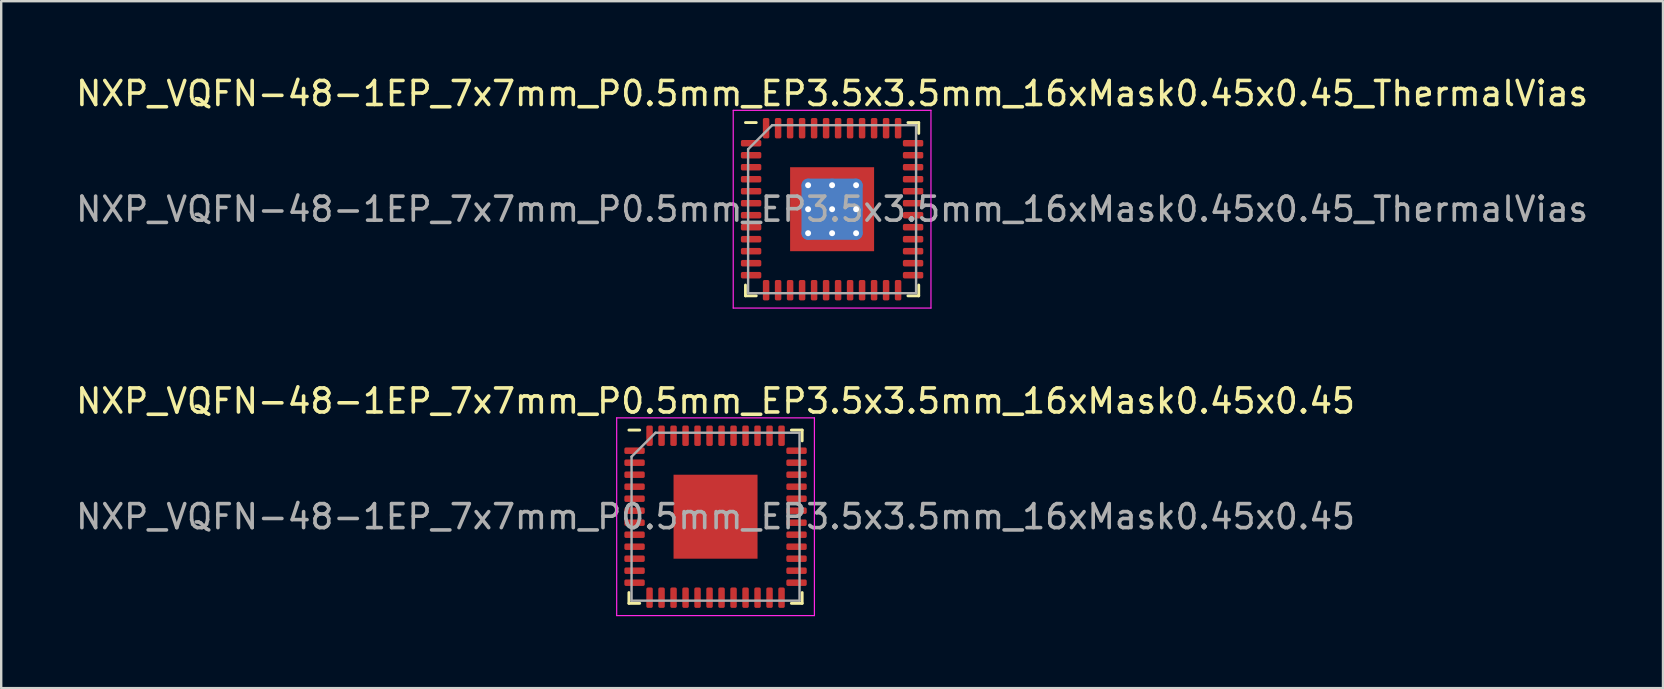
<source format=kicad_pcb>
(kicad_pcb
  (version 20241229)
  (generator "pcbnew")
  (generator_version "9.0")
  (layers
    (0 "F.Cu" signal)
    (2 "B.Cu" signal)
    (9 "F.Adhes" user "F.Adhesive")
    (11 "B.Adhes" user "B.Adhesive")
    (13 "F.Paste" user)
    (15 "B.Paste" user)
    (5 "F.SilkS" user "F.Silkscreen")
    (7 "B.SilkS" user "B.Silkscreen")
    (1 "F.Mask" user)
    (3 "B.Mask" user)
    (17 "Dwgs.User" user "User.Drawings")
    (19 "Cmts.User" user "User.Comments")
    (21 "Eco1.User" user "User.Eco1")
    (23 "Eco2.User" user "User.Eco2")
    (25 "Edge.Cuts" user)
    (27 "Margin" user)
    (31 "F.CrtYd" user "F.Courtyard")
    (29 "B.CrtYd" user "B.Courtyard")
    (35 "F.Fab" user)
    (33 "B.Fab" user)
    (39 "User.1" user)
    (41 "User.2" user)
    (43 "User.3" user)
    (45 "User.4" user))
  (footprint "NXP_VQFN-48-1EP_7x7mm_P0.5mm_EP3.5x3.5mm_16xMask0.45x0.45_ThermalVias"
    (layer "F.Cu")
    (at 31.625 5.668)
    (property "Reference" "NXP_VQFN-48-1EP_7x7mm_P0.5mm_EP3.5x3.5mm_16xMask0.45x0.45_ThermalVias" (at 0 -4.82 0) (layer "F.SilkS") (effects (font (size 1 1) (thickness 0.15))))
    (attr smd)
    (fp_line (start -3.61 3.61) (end -3.61 3.16) (stroke (width 0.12) (type solid)) (layer "F.SilkS"))
    (fp_line (start -3.16 -3.61) (end -3.61 -3.61) (stroke (width 0.12) (type solid)) (layer "F.SilkS"))
    (fp_line (start -3.16 3.61) (end -3.61 3.61) (stroke (width 0.12) (type solid)) (layer "F.SilkS"))
    (fp_line (start 3.16 -3.61) (end 3.61 -3.61) (stroke (width 0.12) (type solid)) (layer "F.SilkS"))
    (fp_line (start 3.16 3.61) (end 3.61 3.61) (stroke (width 0.12) (type solid)) (layer "F.SilkS"))
    (fp_line (start 3.61 -3.61) (end 3.61 -3.16) (stroke (width 0.12) (type solid)) (layer "F.SilkS"))
    (fp_line (start 3.61 3.61) (end 3.61 3.16) (stroke (width 0.12) (type solid)) (layer "F.SilkS"))
    (fp_line (start -4.12 -4.12) (end -4.12 4.12) (stroke (width 0.05) (type solid)) (layer "F.CrtYd"))
    (fp_line (start -4.12 4.12) (end 4.12 4.12) (stroke (width 0.05) (type solid)) (layer "F.CrtYd"))
    (fp_line (start 4.12 -4.12) (end -4.12 -4.12) (stroke (width 0.05) (type solid)) (layer "F.CrtYd"))
    (fp_line (start 4.12 4.12) (end 4.12 -4.12) (stroke (width 0.05) (type solid)) (layer "F.CrtYd"))
    (fp_line (start -3.5 -2.5) (end -2.5 -3.5) (stroke (width 0.1) (type solid)) (layer "F.Fab"))
    (fp_line (start -3.5 3.5) (end -3.5 -2.5) (stroke (width 0.1) (type solid)) (layer "F.Fab"))
    (fp_line (start -2.5 -3.5) (end 3.5 -3.5) (stroke (width 0.1) (type solid)) (layer "F.Fab"))
    (fp_line (start 3.5 -3.5) (end 3.5 3.5) (stroke (width 0.1) (type solid)) (layer "F.Fab"))
    (fp_line (start 3.5 3.5) (end -3.5 3.5) (stroke (width 0.1) (type solid)) (layer "F.Fab"))
    (fp_text user "${REFERENCE}" (at 0 0 0) (layer "F.Fab") (effects (font (size 1 1) (thickness 0.15))))
    (pad "" smd rect (at -1.5 -1.5) (size 0.45 0.45) (layers "F.Mask" "F.Paste"))
    (pad "" smd rect (at -1.5 -0.5) (size 0.45 0.45) (layers "F.Mask" "F.Paste"))
    (pad "" smd rect (at -1.5 0.5) (size 0.45 0.45) (layers "F.Mask" "F.Paste"))
    (pad "" smd rect (at -1.5 1.5) (size 0.45 0.45) (layers "F.Mask" "F.Paste"))
    (pad "" smd rect (at -0.5 -1.5) (size 0.45 0.45) (layers "F.Mask" "F.Paste"))
    (pad "" smd rect (at -0.5 -0.5) (size 0.45 0.45) (layers "F.Mask" "F.Paste"))
    (pad "" smd rect (at -0.5 0.5) (size 0.45 0.45) (layers "F.Mask" "F.Paste"))
    (pad "" smd rect (at -0.5 1.5) (size 0.45 0.45) (layers "F.Mask" "F.Paste"))
    (pad "" smd rect (at 0.5 -1.5) (size 0.45 0.45) (layers "F.Mask" "F.Paste"))
    (pad "" smd rect (at 0.5 -0.5) (size 0.45 0.45) (layers "F.Mask" "F.Paste"))
    (pad "" smd rect (at 0.5 0.5) (size 0.45 0.45) (layers "F.Mask" "F.Paste"))
    (pad "" smd rect (at 0.5 1.5) (size 0.45 0.45) (layers "F.Mask" "F.Paste"))
    (pad "" smd rect (at 1.5 -1.5) (size 0.45 0.45) (layers "F.Mask" "F.Paste"))
    (pad "" smd rect (at 1.5 -0.5) (size 0.45 0.45) (layers "F.Mask" "F.Paste"))
    (pad "" smd rect (at 1.5 0.5) (size 0.45 0.45) (layers "F.Mask" "F.Paste"))
    (pad "" smd rect (at 1.5 1.5) (size 0.45 0.45) (layers "F.Mask" "F.Paste"))
    (pad "1" smd roundrect (at -3.375 -2.75) (size 0.85 0.27) (layers "F.Cu" "F.Mask" "F.Paste") (roundrect_rratio 0.25))
    (pad "2" smd roundrect (at -3.375 -2.25) (size 0.85 0.27) (layers "F.Cu" "F.Mask" "F.Paste") (roundrect_rratio 0.25))
    (pad "3" smd roundrect (at -3.375 -1.75) (size 0.85 0.27) (layers "F.Cu" "F.Mask" "F.Paste") (roundrect_rratio 0.25))
    (pad "4" smd roundrect (at -3.375 -1.25) (size 0.85 0.27) (layers "F.Cu" "F.Mask" "F.Paste") (roundrect_rratio 0.25))
    (pad "5" smd roundrect (at -3.375 -0.75) (size 0.85 0.27) (layers "F.Cu" "F.Mask" "F.Paste") (roundrect_rratio 0.25))
    (pad "6" smd roundrect (at -3.375 -0.25) (size 0.85 0.27) (layers "F.Cu" "F.Mask" "F.Paste") (roundrect_rratio 0.25))
    (pad "7" smd roundrect (at -3.375 0.25) (size 0.85 0.27) (layers "F.Cu" "F.Mask" "F.Paste") (roundrect_rratio 0.25))
    (pad "8" smd roundrect (at -3.375 0.75) (size 0.85 0.27) (layers "F.Cu" "F.Mask" "F.Paste") (roundrect_rratio 0.25))
    (pad "9" smd roundrect (at -3.375 1.25) (size 0.85 0.27) (layers "F.Cu" "F.Mask" "F.Paste") (roundrect_rratio 0.25))
    (pad "10" smd roundrect (at -3.375 1.75) (size 0.85 0.27) (layers "F.Cu" "F.Mask" "F.Paste") (roundrect_rratio 0.25))
    (pad "11" smd roundrect (at -3.375 2.25) (size 0.85 0.27) (layers "F.Cu" "F.Mask" "F.Paste") (roundrect_rratio 0.25))
    (pad "12" smd roundrect (at -3.375 2.75) (size 0.85 0.27) (layers "F.Cu" "F.Mask" "F.Paste") (roundrect_rratio 0.25))
    (pad "13" smd roundrect (at -2.75 3.375) (size 0.27 0.85) (layers "F.Cu" "F.Mask" "F.Paste") (roundrect_rratio 0.25))
    (pad "14" smd roundrect (at -2.25 3.375) (size 0.27 0.85) (layers "F.Cu" "F.Mask" "F.Paste") (roundrect_rratio 0.25))
    (pad "15" smd roundrect (at -1.75 3.375) (size 0.27 0.85) (layers "F.Cu" "F.Mask" "F.Paste") (roundrect_rratio 0.25))
    (pad "16" smd roundrect (at -1.25 3.375) (size 0.27 0.85) (layers "F.Cu" "F.Mask" "F.Paste") (roundrect_rratio 0.25))
    (pad "17" smd roundrect (at -0.75 3.375) (size 0.27 0.85) (layers "F.Cu" "F.Mask" "F.Paste") (roundrect_rratio 0.25))
    (pad "18" smd roundrect (at -0.25 3.375) (size 0.27 0.85) (layers "F.Cu" "F.Mask" "F.Paste") (roundrect_rratio 0.25))
    (pad "19" smd roundrect (at 0.25 3.375) (size 0.27 0.85) (layers "F.Cu" "F.Mask" "F.Paste") (roundrect_rratio 0.25))
    (pad "20" smd roundrect (at 0.75 3.375) (size 0.27 0.85) (layers "F.Cu" "F.Mask" "F.Paste") (roundrect_rratio 0.25))
    (pad "21" smd roundrect (at 1.25 3.375) (size 0.27 0.85) (layers "F.Cu" "F.Mask" "F.Paste") (roundrect_rratio 0.25))
    (pad "22" smd roundrect (at 1.75 3.375) (size 0.27 0.85) (layers "F.Cu" "F.Mask" "F.Paste") (roundrect_rratio 0.25))
    (pad "23" smd roundrect (at 2.25 3.375) (size 0.27 0.85) (layers "F.Cu" "F.Mask" "F.Paste") (roundrect_rratio 0.25))
    (pad "24" smd roundrect (at 2.75 3.375) (size 0.27 0.85) (layers "F.Cu" "F.Mask" "F.Paste") (roundrect_rratio 0.25))
    (pad "25" smd roundrect (at 3.375 2.75) (size 0.85 0.27) (layers "F.Cu" "F.Mask" "F.Paste") (roundrect_rratio 0.25))
    (pad "26" smd roundrect (at 3.375 2.25) (size 0.85 0.27) (layers "F.Cu" "F.Mask" "F.Paste") (roundrect_rratio 0.25))
    (pad "27" smd roundrect (at 3.375 1.75) (size 0.85 0.27) (layers "F.Cu" "F.Mask" "F.Paste") (roundrect_rratio 0.25))
    (pad "28" smd roundrect (at 3.375 1.25) (size 0.85 0.27) (layers "F.Cu" "F.Mask" "F.Paste") (roundrect_rratio 0.25))
    (pad "29" smd roundrect (at 3.375 0.75) (size 0.85 0.27) (layers "F.Cu" "F.Mask" "F.Paste") (roundrect_rratio 0.25))
    (pad "30" smd roundrect (at 3.375 0.25) (size 0.85 0.27) (layers "F.Cu" "F.Mask" "F.Paste") (roundrect_rratio 0.25))
    (pad "31" smd roundrect (at 3.375 -0.25) (size 0.85 0.27) (layers "F.Cu" "F.Mask" "F.Paste") (roundrect_rratio 0.25))
    (pad "32" smd roundrect (at 3.375 -0.75) (size 0.85 0.27) (layers "F.Cu" "F.Mask" "F.Paste") (roundrect_rratio 0.25))
    (pad "33" smd roundrect (at 3.375 -1.25) (size 0.85 0.27) (layers "F.Cu" "F.Mask" "F.Paste") (roundrect_rratio 0.25))
    (pad "34" smd roundrect (at 3.375 -1.75) (size 0.85 0.27) (layers "F.Cu" "F.Mask" "F.Paste") (roundrect_rratio 0.25))
    (pad "35" smd roundrect (at 3.375 -2.25) (size 0.85 0.27) (layers "F.Cu" "F.Mask" "F.Paste") (roundrect_rratio 0.25))
    (pad "36" smd roundrect (at 3.375 -2.75) (size 0.85 0.27) (layers "F.Cu" "F.Mask" "F.Paste") (roundrect_rratio 0.25))
    (pad "37" smd roundrect (at 2.75 -3.375) (size 0.27 0.85) (layers "F.Cu" "F.Mask" "F.Paste") (roundrect_rratio 0.25))
    (pad "38" smd roundrect (at 2.25 -3.375) (size 0.27 0.85) (layers "F.Cu" "F.Mask" "F.Paste") (roundrect_rratio 0.25))
    (pad "39" smd roundrect (at 1.75 -3.375) (size 0.27 0.85) (layers "F.Cu" "F.Mask" "F.Paste") (roundrect_rratio 0.25))
    (pad "40" smd roundrect (at 1.25 -3.375) (size 0.27 0.85) (layers "F.Cu" "F.Mask" "F.Paste") (roundrect_rratio 0.25))
    (pad "41" smd roundrect (at 0.75 -3.375) (size 0.27 0.85) (layers "F.Cu" "F.Mask" "F.Paste") (roundrect_rratio 0.25))
    (pad "42" smd roundrect (at 0.25 -3.375) (size 0.27 0.85) (layers "F.Cu" "F.Mask" "F.Paste") (roundrect_rratio 0.25))
    (pad "43" smd roundrect (at -0.25 -3.375) (size 0.27 0.85) (layers "F.Cu" "F.Mask" "F.Paste") (roundrect_rratio 0.25))
    (pad "44" smd roundrect (at -0.75 -3.375) (size 0.27 0.85) (layers "F.Cu" "F.Mask" "F.Paste") (roundrect_rratio 0.25))
    (pad "45" smd roundrect (at -1.25 -3.375) (size 0.27 0.85) (layers "F.Cu" "F.Mask" "F.Paste") (roundrect_rratio 0.25))
    (pad "46" smd roundrect (at -1.75 -3.375) (size 0.27 0.85) (layers "F.Cu" "F.Mask" "F.Paste") (roundrect_rratio 0.25))
    (pad "47" smd roundrect (at -2.25 -3.375) (size 0.27 0.85) (layers "F.Cu" "F.Mask" "F.Paste") (roundrect_rratio 0.25))
    (pad "48" smd roundrect (at -2.75 -3.375) (size 0.27 0.85) (layers "F.Cu" "F.Mask" "F.Paste") (roundrect_rratio 0.25))
    (pad "49" thru_hole circle (at -1 -1) (size 0.55 0.55) (drill 0.25) (layers "*.Cu"))
    (pad "49" thru_hole circle (at -1 0) (size 0.55 0.55) (drill 0.25) (layers "*.Cu"))
    (pad "49" thru_hole circle (at -1 1) (size 0.55 0.55) (drill 0.25) (layers "*.Cu"))
    (pad "49" thru_hole circle (at 0 -1) (size 0.55 0.55) (drill 0.25) (layers "*.Cu"))
    (pad "49" thru_hole circle (at 0 0) (size 0.55 0.55) (drill 0.25) (layers "*.Cu"))
    (pad "49" smd roundrect (at 0 0) (size 2.55 2.55) (layers "B.Cu") (roundrect_rratio 0.115))
    (pad "49" smd rect (at 0 0) (size 3.5 3.5) (layers "F.Cu"))
    (pad "49" thru_hole circle (at 0 1) (size 0.55 0.55) (drill 0.25) (layers "*.Cu"))
    (pad "49" thru_hole circle (at 1 -1) (size 0.55 0.55) (drill 0.25) (layers "*.Cu"))
    (pad "49" thru_hole circle (at 1 0) (size 0.55 0.55) (drill 0.25) (layers "*.Cu"))
    (pad "49" thru_hole circle (at 1 1) (size 0.55 0.55) (drill 0.25) (layers "*.Cu")))
  (footprint "NXP_VQFN-48-1EP_7x7mm_P0.5mm_EP3.5x3.5mm_16xMask0.45x0.45"
    (layer "F.Cu")
    (at 26.768 18.482)
    (property "Reference" "NXP_VQFN-48-1EP_7x7mm_P0.5mm_EP3.5x3.5mm_16xMask0.45x0.45" (at 0 -4.82 0) (layer "F.SilkS") (effects (font (size 1 1) (thickness 0.15))))
    (attr smd)
    (fp_line (start -3.61 3.61) (end -3.61 3.16) (stroke (width 0.12) (type solid)) (layer "F.SilkS"))
    (fp_line (start -3.16 -3.61) (end -3.61 -3.61) (stroke (width 0.12) (type solid)) (layer "F.SilkS"))
    (fp_line (start -3.16 3.61) (end -3.61 3.61) (stroke (width 0.12) (type solid)) (layer "F.SilkS"))
    (fp_line (start 3.16 -3.61) (end 3.61 -3.61) (stroke (width 0.12) (type solid)) (layer "F.SilkS"))
    (fp_line (start 3.16 3.61) (end 3.61 3.61) (stroke (width 0.12) (type solid)) (layer "F.SilkS"))
    (fp_line (start 3.61 -3.61) (end 3.61 -3.16) (stroke (width 0.12) (type solid)) (layer "F.SilkS"))
    (fp_line (start 3.61 3.61) (end 3.61 3.16) (stroke (width 0.12) (type solid)) (layer "F.SilkS"))
    (fp_line (start -4.12 -4.12) (end -4.12 4.12) (stroke (width 0.05) (type solid)) (layer "F.CrtYd"))
    (fp_line (start -4.12 4.12) (end 4.12 4.12) (stroke (width 0.05) (type solid)) (layer "F.CrtYd"))
    (fp_line (start 4.12 -4.12) (end -4.12 -4.12) (stroke (width 0.05) (type solid)) (layer "F.CrtYd"))
    (fp_line (start 4.12 4.12) (end 4.12 -4.12) (stroke (width 0.05) (type solid)) (layer "F.CrtYd"))
    (fp_line (start -3.5 -2.5) (end -2.5 -3.5) (stroke (width 0.1) (type solid)) (layer "F.Fab"))
    (fp_line (start -3.5 3.5) (end -3.5 -2.5) (stroke (width 0.1) (type solid)) (layer "F.Fab"))
    (fp_line (start -2.5 -3.5) (end 3.5 -3.5) (stroke (width 0.1) (type solid)) (layer "F.Fab"))
    (fp_line (start 3.5 -3.5) (end 3.5 3.5) (stroke (width 0.1) (type solid)) (layer "F.Fab"))
    (fp_line (start 3.5 3.5) (end -3.5 3.5) (stroke (width 0.1) (type solid)) (layer "F.Fab"))
    (fp_text user "${REFERENCE}" (at 0 0 0) (layer "F.Fab") (effects (font (size 1 1) (thickness 0.15))))
    (pad "" smd rect (at -1.5 -1.5) (size 0.45 0.45) (layers "F.Mask" "F.Paste"))
    (pad "" smd rect (at -1.5 -0.5) (size 0.45 0.45) (layers "F.Mask" "F.Paste"))
    (pad "" smd rect (at -1.5 0.5) (size 0.45 0.45) (layers "F.Mask" "F.Paste"))
    (pad "" smd rect (at -1.5 1.5) (size 0.45 0.45) (layers "F.Mask" "F.Paste"))
    (pad "" smd rect (at -0.5 -1.5) (size 0.45 0.45) (layers "F.Mask" "F.Paste"))
    (pad "" smd rect (at -0.5 -0.5) (size 0.45 0.45) (layers "F.Mask" "F.Paste"))
    (pad "" smd rect (at -0.5 0.5) (size 0.45 0.45) (layers "F.Mask" "F.Paste"))
    (pad "" smd rect (at -0.5 1.5) (size 0.45 0.45) (layers "F.Mask" "F.Paste"))
    (pad "" smd rect (at 0.5 -1.5) (size 0.45 0.45) (layers "F.Mask" "F.Paste"))
    (pad "" smd rect (at 0.5 -0.5) (size 0.45 0.45) (layers "F.Mask" "F.Paste"))
    (pad "" smd rect (at 0.5 0.5) (size 0.45 0.45) (layers "F.Mask" "F.Paste"))
    (pad "" smd rect (at 0.5 1.5) (size 0.45 0.45) (layers "F.Mask" "F.Paste"))
    (pad "" smd rect (at 1.5 -1.5) (size 0.45 0.45) (layers "F.Mask" "F.Paste"))
    (pad "" smd rect (at 1.5 -0.5) (size 0.45 0.45) (layers "F.Mask" "F.Paste"))
    (pad "" smd rect (at 1.5 0.5) (size 0.45 0.45) (layers "F.Mask" "F.Paste"))
    (pad "" smd rect (at 1.5 1.5) (size 0.45 0.45) (layers "F.Mask" "F.Paste"))
    (pad "1" smd roundrect (at -3.375 -2.75) (size 0.85 0.27) (layers "F.Cu" "F.Mask" "F.Paste") (roundrect_rratio 0.25))
    (pad "2" smd roundrect (at -3.375 -2.25) (size 0.85 0.27) (layers "F.Cu" "F.Mask" "F.Paste") (roundrect_rratio 0.25))
    (pad "3" smd roundrect (at -3.375 -1.75) (size 0.85 0.27) (layers "F.Cu" "F.Mask" "F.Paste") (roundrect_rratio 0.25))
    (pad "4" smd roundrect (at -3.375 -1.25) (size 0.85 0.27) (layers "F.Cu" "F.Mask" "F.Paste") (roundrect_rratio 0.25))
    (pad "5" smd roundrect (at -3.375 -0.75) (size 0.85 0.27) (layers "F.Cu" "F.Mask" "F.Paste") (roundrect_rratio 0.25))
    (pad "6" smd roundrect (at -3.375 -0.25) (size 0.85 0.27) (layers "F.Cu" "F.Mask" "F.Paste") (roundrect_rratio 0.25))
    (pad "7" smd roundrect (at -3.375 0.25) (size 0.85 0.27) (layers "F.Cu" "F.Mask" "F.Paste") (roundrect_rratio 0.25))
    (pad "8" smd roundrect (at -3.375 0.75) (size 0.85 0.27) (layers "F.Cu" "F.Mask" "F.Paste") (roundrect_rratio 0.25))
    (pad "9" smd roundrect (at -3.375 1.25) (size 0.85 0.27) (layers "F.Cu" "F.Mask" "F.Paste") (roundrect_rratio 0.25))
    (pad "10" smd roundrect (at -3.375 1.75) (size 0.85 0.27) (layers "F.Cu" "F.Mask" "F.Paste") (roundrect_rratio 0.25))
    (pad "11" smd roundrect (at -3.375 2.25) (size 0.85 0.27) (layers "F.Cu" "F.Mask" "F.Paste") (roundrect_rratio 0.25))
    (pad "12" smd roundrect (at -3.375 2.75) (size 0.85 0.27) (layers "F.Cu" "F.Mask" "F.Paste") (roundrect_rratio 0.25))
    (pad "13" smd roundrect (at -2.75 3.375) (size 0.27 0.85) (layers "F.Cu" "F.Mask" "F.Paste") (roundrect_rratio 0.25))
    (pad "14" smd roundrect (at -2.25 3.375) (size 0.27 0.85) (layers "F.Cu" "F.Mask" "F.Paste") (roundrect_rratio 0.25))
    (pad "15" smd roundrect (at -1.75 3.375) (size 0.27 0.85) (layers "F.Cu" "F.Mask" "F.Paste") (roundrect_rratio 0.25))
    (pad "16" smd roundrect (at -1.25 3.375) (size 0.27 0.85) (layers "F.Cu" "F.Mask" "F.Paste") (roundrect_rratio 0.25))
    (pad "17" smd roundrect (at -0.75 3.375) (size 0.27 0.85) (layers "F.Cu" "F.Mask" "F.Paste") (roundrect_rratio 0.25))
    (pad "18" smd roundrect (at -0.25 3.375) (size 0.27 0.85) (layers "F.Cu" "F.Mask" "F.Paste") (roundrect_rratio 0.25))
    (pad "19" smd roundrect (at 0.25 3.375) (size 0.27 0.85) (layers "F.Cu" "F.Mask" "F.Paste") (roundrect_rratio 0.25))
    (pad "20" smd roundrect (at 0.75 3.375) (size 0.27 0.85) (layers "F.Cu" "F.Mask" "F.Paste") (roundrect_rratio 0.25))
    (pad "21" smd roundrect (at 1.25 3.375) (size 0.27 0.85) (layers "F.Cu" "F.Mask" "F.Paste") (roundrect_rratio 0.25))
    (pad "22" smd roundrect (at 1.75 3.375) (size 0.27 0.85) (layers "F.Cu" "F.Mask" "F.Paste") (roundrect_rratio 0.25))
    (pad "23" smd roundrect (at 2.25 3.375) (size 0.27 0.85) (layers "F.Cu" "F.Mask" "F.Paste") (roundrect_rratio 0.25))
    (pad "24" smd roundrect (at 2.75 3.375) (size 0.27 0.85) (layers "F.Cu" "F.Mask" "F.Paste") (roundrect_rratio 0.25))
    (pad "25" smd roundrect (at 3.375 2.75) (size 0.85 0.27) (layers "F.Cu" "F.Mask" "F.Paste") (roundrect_rratio 0.25))
    (pad "26" smd roundrect (at 3.375 2.25) (size 0.85 0.27) (layers "F.Cu" "F.Mask" "F.Paste") (roundrect_rratio 0.25))
    (pad "27" smd roundrect (at 3.375 1.75) (size 0.85 0.27) (layers "F.Cu" "F.Mask" "F.Paste") (roundrect_rratio 0.25))
    (pad "28" smd roundrect (at 3.375 1.25) (size 0.85 0.27) (layers "F.Cu" "F.Mask" "F.Paste") (roundrect_rratio 0.25))
    (pad "29" smd roundrect (at 3.375 0.75) (size 0.85 0.27) (layers "F.Cu" "F.Mask" "F.Paste") (roundrect_rratio 0.25))
    (pad "30" smd roundrect (at 3.375 0.25) (size 0.85 0.27) (layers "F.Cu" "F.Mask" "F.Paste") (roundrect_rratio 0.25))
    (pad "31" smd roundrect (at 3.375 -0.25) (size 0.85 0.27) (layers "F.Cu" "F.Mask" "F.Paste") (roundrect_rratio 0.25))
    (pad "32" smd roundrect (at 3.375 -0.75) (size 0.85 0.27) (layers "F.Cu" "F.Mask" "F.Paste") (roundrect_rratio 0.25))
    (pad "33" smd roundrect (at 3.375 -1.25) (size 0.85 0.27) (layers "F.Cu" "F.Mask" "F.Paste") (roundrect_rratio 0.25))
    (pad "34" smd roundrect (at 3.375 -1.75) (size 0.85 0.27) (layers "F.Cu" "F.Mask" "F.Paste") (roundrect_rratio 0.25))
    (pad "35" smd roundrect (at 3.375 -2.25) (size 0.85 0.27) (layers "F.Cu" "F.Mask" "F.Paste") (roundrect_rratio 0.25))
    (pad "36" smd roundrect (at 3.375 -2.75) (size 0.85 0.27) (layers "F.Cu" "F.Mask" "F.Paste") (roundrect_rratio 0.25))
    (pad "37" smd roundrect (at 2.75 -3.375) (size 0.27 0.85) (layers "F.Cu" "F.Mask" "F.Paste") (roundrect_rratio 0.25))
    (pad "38" smd roundrect (at 2.25 -3.375) (size 0.27 0.85) (layers "F.Cu" "F.Mask" "F.Paste") (roundrect_rratio 0.25))
    (pad "39" smd roundrect (at 1.75 -3.375) (size 0.27 0.85) (layers "F.Cu" "F.Mask" "F.Paste") (roundrect_rratio 0.25))
    (pad "40" smd roundrect (at 1.25 -3.375) (size 0.27 0.85) (layers "F.Cu" "F.Mask" "F.Paste") (roundrect_rratio 0.25))
    (pad "41" smd roundrect (at 0.75 -3.375) (size 0.27 0.85) (layers "F.Cu" "F.Mask" "F.Paste") (roundrect_rratio 0.25))
    (pad "42" smd roundrect (at 0.25 -3.375) (size 0.27 0.85) (layers "F.Cu" "F.Mask" "F.Paste") (roundrect_rratio 0.25))
    (pad "43" smd roundrect (at -0.25 -3.375) (size 0.27 0.85) (layers "F.Cu" "F.Mask" "F.Paste") (roundrect_rratio 0.25))
    (pad "44" smd roundrect (at -0.75 -3.375) (size 0.27 0.85) (layers "F.Cu" "F.Mask" "F.Paste") (roundrect_rratio 0.25))
    (pad "45" smd roundrect (at -1.25 -3.375) (size 0.27 0.85) (layers "F.Cu" "F.Mask" "F.Paste") (roundrect_rratio 0.25))
    (pad "46" smd roundrect (at -1.75 -3.375) (size 0.27 0.85) (layers "F.Cu" "F.Mask" "F.Paste") (roundrect_rratio 0.25))
    (pad "47" smd roundrect (at -2.25 -3.375) (size 0.27 0.85) (layers "F.Cu" "F.Mask" "F.Paste") (roundrect_rratio 0.25))
    (pad "48" smd roundrect (at -2.75 -3.375) (size 0.27 0.85) (layers "F.Cu" "F.Mask" "F.Paste") (roundrect_rratio 0.25))
    (pad "49" smd rect (at 0 0) (size 3.5 3.5) (layers "F.Cu")))
  (gr_rect
    (start -3 -3)
    (end 66.25 25.627)
    (stroke (width 0.1) (type default))
    (fill no)
    (layer "Edge.Cuts")))
</source>
